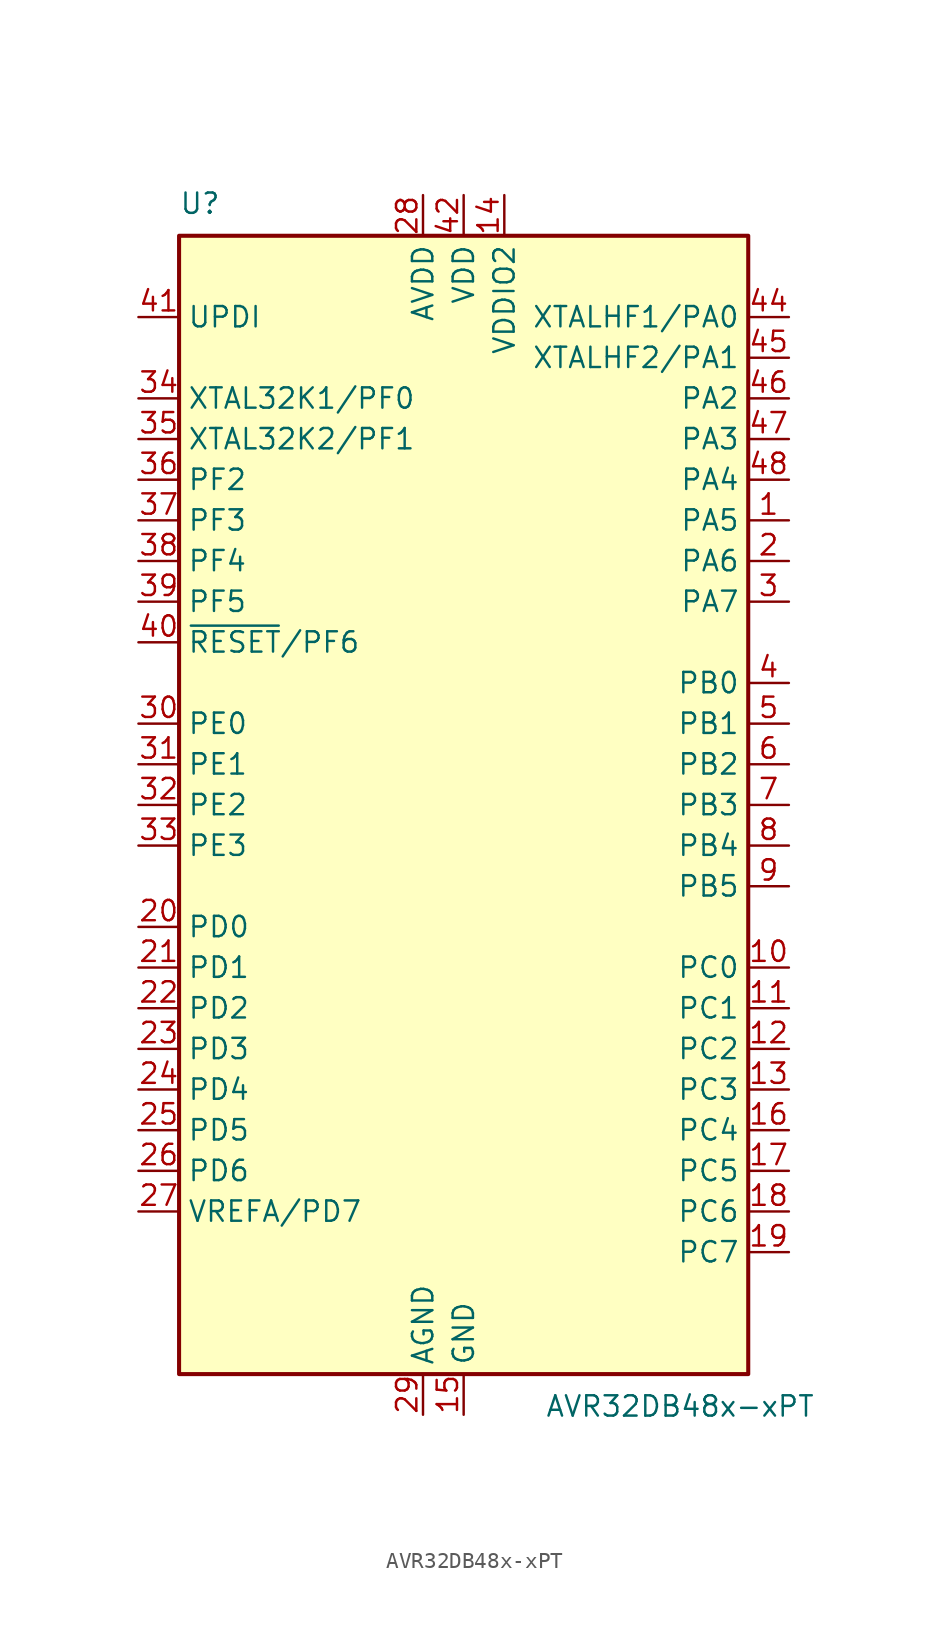
<source format=kicad_sym>
(kicad_symbol_lib
  (version 20211014)
  (generator kicad_symbol_editor)
  (symbol "AVR32DB48x-xPT"
    (property "Reference" "U"
      (at -17.78 36.83 0)
      (effects (font (size 1.27 1.27)) (justify left bottom)))
    (property "Value" "AVR32DB48x-xPT"
      (at 5.08 -36.83 0)
      (effects (font (size 1.27 1.27)) (justify left top)))
    (symbol "AVR32DB48x-xPT_0_1"
      (rectangle (start -17.78 35.56) (end 17.78 -35.56) (stroke (width 0.254) (type default) (color 0 0 0 0)) (fill (type background))))
    (symbol "AVR32DB48x-xPT_1_1"
      (pin bidirectional line (at 20.32 30.48 180) (length 2.54) (name "XTALHF1/PA0" (effects (font (size 1.27 1.27)))) (number "44" (effects (font (size 1.27 1.27)))))
      (pin bidirectional line (at 20.32 27.94 180) (length 2.54) (name "XTALHF2/PA1" (effects (font (size 1.27 1.27)))) (number "45" (effects (font (size 1.27 1.27)))))
      (pin bidirectional line (at 20.32 25.4 180) (length 2.54) (name "PA2" (effects (font (size 1.27 1.27)))) (number "46" (effects (font (size 1.27 1.27)))))
      (pin bidirectional line (at 20.32 22.86 180) (length 2.54) (name "PA3" (effects (font (size 1.27 1.27)))) (number "47" (effects (font (size 1.27 1.27)))))
      (pin bidirectional line (at 20.32 20.32 180) (length 2.54) (name "PA4" (effects (font (size 1.27 1.27)))) (number "48" (effects (font (size 1.27 1.27)))))
      (pin bidirectional line (at 20.32 17.78 180) (length 2.54) (name "PA5" (effects (font (size 1.27 1.27)))) (number "1" (effects (font (size 1.27 1.27)))))
      (pin bidirectional line (at 20.32 15.24 180) (length 2.54) (name "PA6" (effects (font (size 1.27 1.27)))) (number "2" (effects (font (size 1.27 1.27)))))
      (pin bidirectional line (at 20.32 12.7 180) (length 2.54) (name "PA7" (effects (font (size 1.27 1.27)))) (number "3" (effects (font (size 1.27 1.27)))))
      (pin bidirectional line (at 20.32 7.62 180) (length 2.54) (name "PB0" (effects (font (size 1.27 1.27)))) (number "4" (effects (font (size 1.27 1.27)))))
      (pin bidirectional line (at 20.32 5.08 180) (length 2.54) (name "PB1" (effects (font (size 1.27 1.27)))) (number "5" (effects (font (size 1.27 1.27)))))
      (pin bidirectional line (at 20.32 2.54 180) (length 2.54) (name "PB2" (effects (font (size 1.27 1.27)))) (number "6" (effects (font (size 1.27 1.27)))))
      (pin bidirectional line (at 20.32 0 180) (length 2.54) (name "PB3" (effects (font (size 1.27 1.27)))) (number "7" (effects (font (size 1.27 1.27)))))
      (pin bidirectional line (at 20.32 -2.54 180) (length 2.54) (name "PB4" (effects (font (size 1.27 1.27)))) (number "8" (effects (font (size 1.27 1.27)))))
      (pin bidirectional line (at 20.32 -5.08 180) (length 2.54) (name "PB5" (effects (font (size 1.27 1.27)))) (number "9" (effects (font (size 1.27 1.27)))))
      (pin bidirectional line (at 20.32 -10.16 180) (length 2.54) (name "PC0" (effects (font (size 1.27 1.27)))) (number "10" (effects (font (size 1.27 1.27)))))
      (pin bidirectional line (at 20.32 -12.7 180) (length 2.54) (name "PC1" (effects (font (size 1.27 1.27)))) (number "11" (effects (font (size 1.27 1.27)))))
      (pin bidirectional line (at 20.32 -15.24 180) (length 2.54) (name "PC2" (effects (font (size 1.27 1.27)))) (number "12" (effects (font (size 1.27 1.27)))))
      (pin bidirectional line (at 20.32 -17.78 180) (length 2.54) (name "PC3" (effects (font (size 1.27 1.27)))) (number "13" (effects (font (size 1.27 1.27)))))
      (pin bidirectional line (at 20.32 -20.32 180) (length 2.54) (name "PC4" (effects (font (size 1.27 1.27)))) (number "16" (effects (font (size 1.27 1.27)))))
      (pin bidirectional line (at 20.32 -22.86 180) (length 2.54) (name "PC5" (effects (font (size 1.27 1.27)))) (number "17" (effects (font (size 1.27 1.27)))))
      (pin bidirectional line (at 20.32 -25.4 180) (length 2.54) (name "PC6" (effects (font (size 1.27 1.27)))) (number "18" (effects (font (size 1.27 1.27)))))
      (pin bidirectional line (at 20.32 -27.94 180) (length 2.54) (name "PC7" (effects (font (size 1.27 1.27)))) (number "19" (effects (font (size 1.27 1.27)))))
      (pin input line (at -20.32 30.48 0) (length 2.54) (name "UPDI" (effects (font (size 1.27 1.27)))) (number "41" (effects (font (size 1.27 1.27)))))
      (pin bidirectional line (at -20.32 25.4 0) (length 2.54) (name "XTAL32K1/PF0" (effects (font (size 1.27 1.27)))) (number "34" (effects (font (size 1.27 1.27)))))
      (pin bidirectional line (at -20.32 22.86 0) (length 2.54) (name "XTAL32K2/PF1" (effects (font (size 1.27 1.27)))) (number "35" (effects (font (size 1.27 1.27)))))
      (pin bidirectional line (at -20.32 20.32 0) (length 2.54) (name "PF2" (effects (font (size 1.27 1.27)))) (number "36" (effects (font (size 1.27 1.27)))))
      (pin bidirectional line (at -20.32 17.78 0) (length 2.54) (name "PF3" (effects (font (size 1.27 1.27)))) (number "37" (effects (font (size 1.27 1.27)))))
      (pin bidirectional line (at -20.32 15.24 0) (length 2.54) (name "PF4" (effects (font (size 1.27 1.27)))) (number "38" (effects (font (size 1.27 1.27)))))
      (pin bidirectional line (at -20.32 12.7 0) (length 2.54) (name "PF5" (effects (font (size 1.27 1.27)))) (number "39" (effects (font (size 1.27 1.27)))))
      (pin bidirectional line (at -20.32 10.16 0) (length 2.54) (name "~{RESET}/PF6" (effects (font (size 1.27 1.27)))) (number "40" (effects (font (size 1.27 1.27)))))
      (pin bidirectional line (at -20.32 5.08 0) (length 2.54) (name "PE0" (effects (font (size 1.27 1.27)))) (number "30" (effects (font (size 1.27 1.27)))))
      (pin bidirectional line (at -20.32 2.54 0) (length 2.54) (name "PE1" (effects (font (size 1.27 1.27)))) (number "31" (effects (font (size 1.27 1.27)))))
      (pin bidirectional line (at -20.32 0 0) (length 2.54) (name "PE2" (effects (font (size 1.27 1.27)))) (number "32" (effects (font (size 1.27 1.27)))))
      (pin bidirectional line (at -20.32 -2.54 0) (length 2.54) (name "PE3" (effects (font (size 1.27 1.27)))) (number "33" (effects (font (size 1.27 1.27)))))
      (pin bidirectional line (at -20.32 -7.62 0) (length 2.54) (name "PD0" (effects (font (size 1.27 1.27)))) (number "20" (effects (font (size 1.27 1.27)))))
      (pin bidirectional line (at -20.32 -10.16 0) (length 2.54) (name "PD1" (effects (font (size 1.27 1.27)))) (number "21" (effects (font (size 1.27 1.27)))))
      (pin bidirectional line (at -20.32 -12.7 0) (length 2.54) (name "PD2" (effects (font (size 1.27 1.27)))) (number "22" (effects (font (size 1.27 1.27)))))
      (pin bidirectional line (at -20.32 -15.24 0) (length 2.54) (name "PD3" (effects (font (size 1.27 1.27)))) (number "23" (effects (font (size 1.27 1.27)))))
      (pin bidirectional line (at -20.32 -17.78 0) (length 2.54) (name "PD4" (effects (font (size 1.27 1.27)))) (number "24" (effects (font (size 1.27 1.27)))))
      (pin bidirectional line (at -20.32 -20.32 0) (length 2.54) (name "PD5" (effects (font (size 1.27 1.27)))) (number "25" (effects (font (size 1.27 1.27)))))
      (pin bidirectional line (at -20.32 -22.86 0) (length 2.54) (name "PD6" (effects (font (size 1.27 1.27)))) (number "26" (effects (font (size 1.27 1.27)))))
      (pin bidirectional line (at -20.32 -25.4 0) (length 2.54) (name "VREFA/PD7" (effects (font (size 1.27 1.27)))) (number "27" (effects (font (size 1.27 1.27)))))
      (pin power_in line (at -2.54 38.1 270) (length 2.54) (name "AVDD" (effects (font (size 1.27 1.27)))) (number "28" (effects (font (size 1.27 1.27)))))
      (pin power_in line (at 0 38.1 270) (length 2.54) (name "VDD" (effects (font (size 1.27 1.27)))) (number "42" (effects (font (size 1.27 1.27)))))
      (pin power_in line (at 2.54 38.1 270) (length 2.54) (name "VDDIO2" (effects (font (size 1.27 1.27)))) (number "14" (effects (font (size 1.27 1.27)))))
      (pin power_in line (at -2.54 -38.1 90) (length 2.54) (name "AGND" (effects (font (size 1.27 1.27)))) (number "29" (effects (font (size 1.27 1.27)))))
      (pin power_in line (at 0 -38.1 90) (length 2.54) (name "GND" (effects (font (size 1.27 1.27)))) (number "15" (effects (font (size 1.27 1.27)))))
      (pin passive line (at 0 -38.1 90) (length 2.54) hide (name "GND" (effects (font (size 1.27 1.27)))) (number "43" (effects (font (size 1.27 1.27))))))))
</source>
